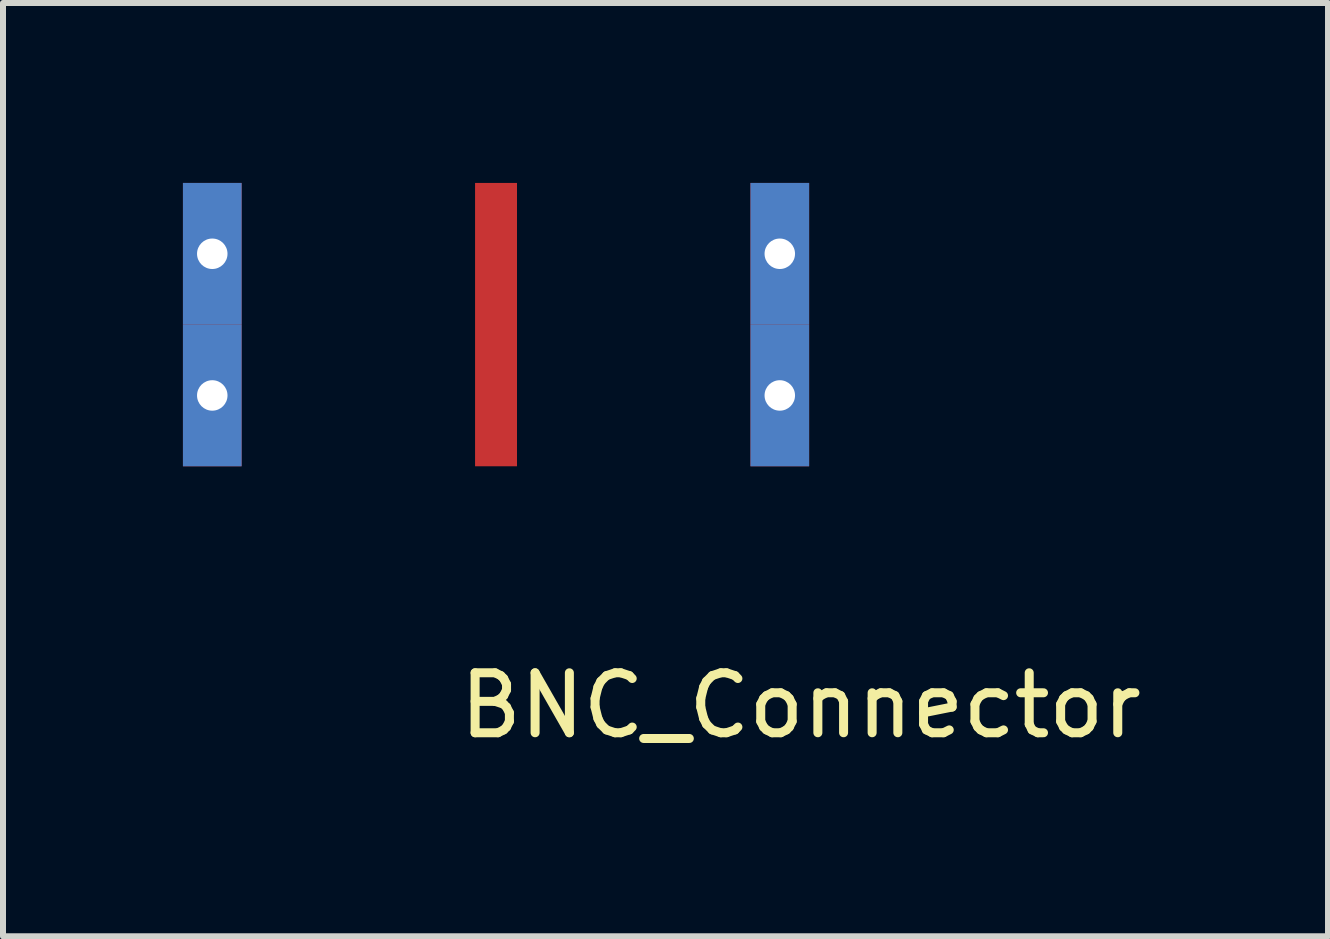
<source format=kicad_pcb>
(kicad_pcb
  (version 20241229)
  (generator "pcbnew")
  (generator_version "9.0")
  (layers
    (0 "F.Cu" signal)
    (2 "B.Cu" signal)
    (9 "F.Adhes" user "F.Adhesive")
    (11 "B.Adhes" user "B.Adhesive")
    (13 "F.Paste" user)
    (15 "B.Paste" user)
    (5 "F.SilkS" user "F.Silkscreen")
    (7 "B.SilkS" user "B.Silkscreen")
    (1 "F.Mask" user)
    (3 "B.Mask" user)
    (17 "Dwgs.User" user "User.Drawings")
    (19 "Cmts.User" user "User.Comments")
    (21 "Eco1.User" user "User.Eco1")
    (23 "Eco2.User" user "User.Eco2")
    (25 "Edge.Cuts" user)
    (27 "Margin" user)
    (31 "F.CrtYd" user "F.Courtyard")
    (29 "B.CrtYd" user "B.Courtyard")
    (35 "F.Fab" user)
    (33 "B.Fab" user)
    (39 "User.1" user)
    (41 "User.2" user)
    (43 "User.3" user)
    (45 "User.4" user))
  (footprint "BNC_Connector"
    (layer "F.Cu")
    (at 5.22 2.362)
    (property "Reference" "BNC_Connector" (at 5.08 6.35 0) (layer "F.SilkS") (effects (font (size 1 1) (thickness 0.15))))
    (attr through_hole)
    (pad "1" smd rect (at 0 0) (size 0.699 4.724) (layers "F.Cu" "F.Mask" "F.Paste"))
    (pad "2" thru_hole rect (at -4.731 -1.181) (size 0.978 2.362) (drill 0.508) (layers "*.Cu" "*.Mask"))
    (pad "2" thru_hole rect (at -4.731 1.181) (size 0.978 2.362) (drill 0.508) (layers "*.Cu" "*.Mask"))
    (pad "2" thru_hole rect (at 4.731 -1.181) (size 0.978 2.362) (drill 0.508) (layers "*.Cu" "*.Mask"))
    (pad "2" thru_hole rect (at 4.731 1.181) (size 0.978 2.362) (drill 0.508) (layers "*.Cu" "*.Mask")))
  (gr_rect
    (start -3 -3)
    (end 19.091 12.56)
    (stroke (width 0.1) (type default))
    (fill no)
    (layer "Edge.Cuts")))
</source>
